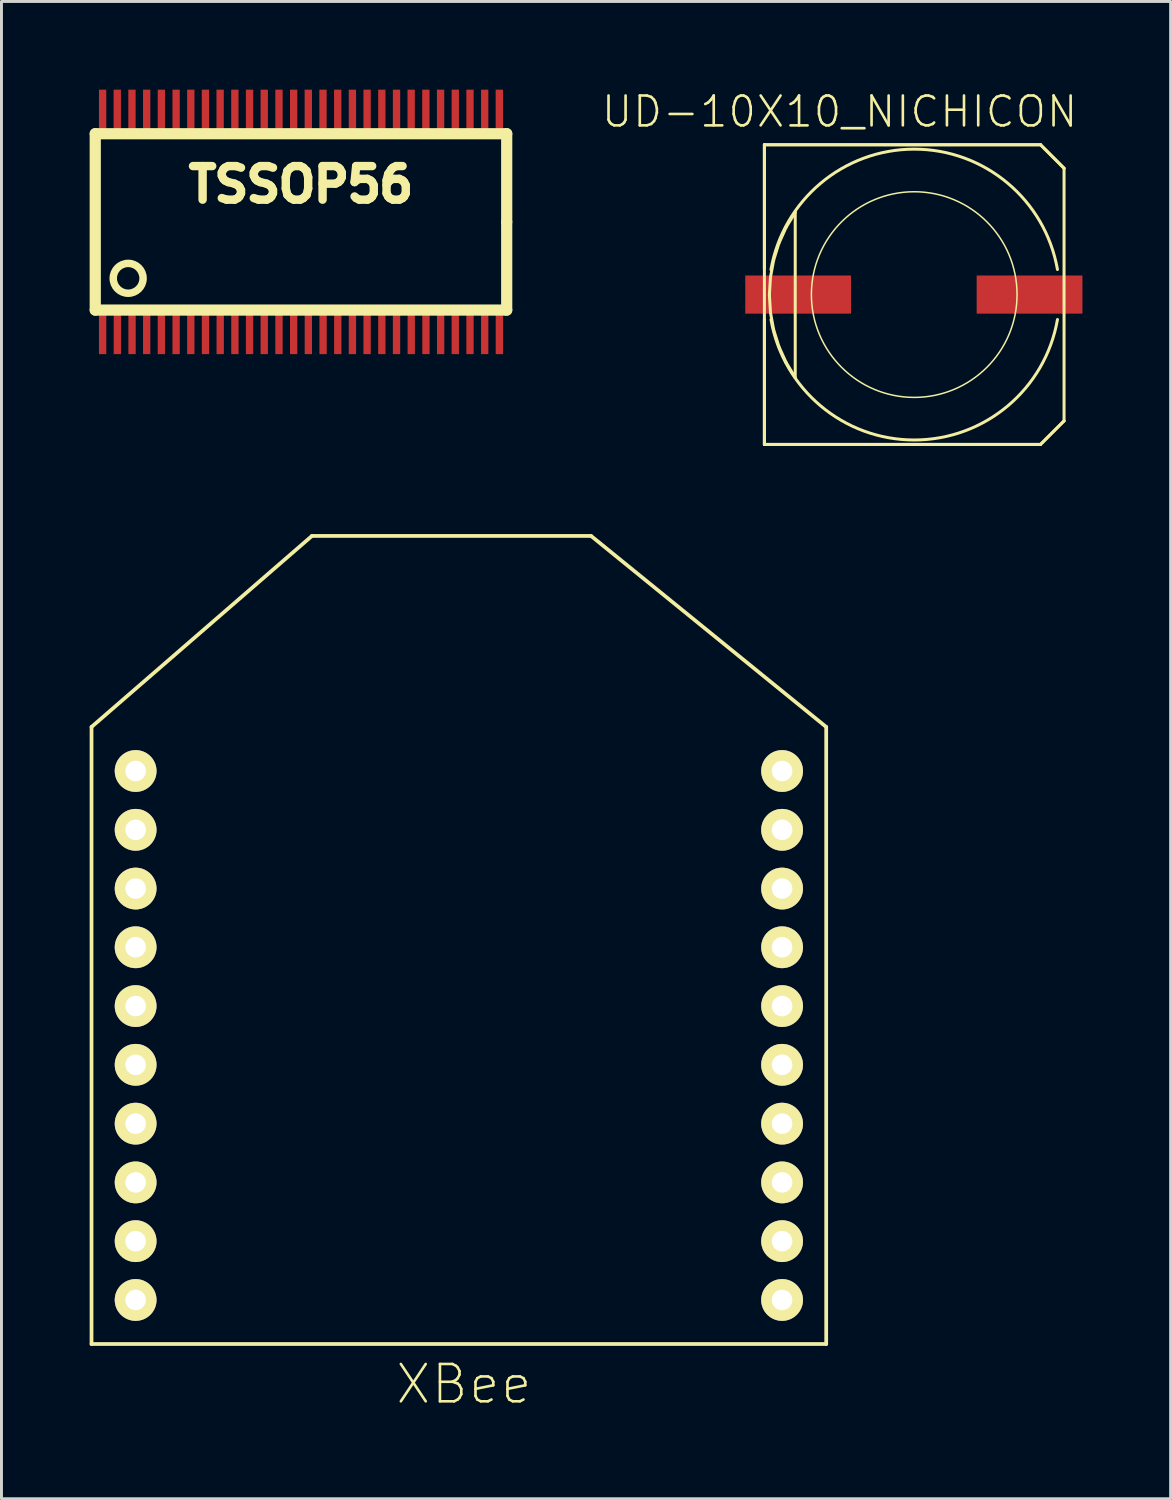
<source format=kicad_pcb>
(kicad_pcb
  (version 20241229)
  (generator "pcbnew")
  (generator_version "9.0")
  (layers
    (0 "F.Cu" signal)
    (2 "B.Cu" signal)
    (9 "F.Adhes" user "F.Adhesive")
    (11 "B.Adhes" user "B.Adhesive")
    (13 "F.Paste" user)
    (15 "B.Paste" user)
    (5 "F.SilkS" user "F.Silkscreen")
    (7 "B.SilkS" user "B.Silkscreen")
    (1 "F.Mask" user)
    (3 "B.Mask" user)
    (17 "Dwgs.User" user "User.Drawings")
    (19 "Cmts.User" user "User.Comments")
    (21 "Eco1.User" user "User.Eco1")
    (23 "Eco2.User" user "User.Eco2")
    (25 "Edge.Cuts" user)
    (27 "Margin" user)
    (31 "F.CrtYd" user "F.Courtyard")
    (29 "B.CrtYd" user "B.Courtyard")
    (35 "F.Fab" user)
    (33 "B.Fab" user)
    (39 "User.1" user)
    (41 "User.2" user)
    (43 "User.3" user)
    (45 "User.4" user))
  (footprint "UD-10X10_NICHICON"
    (layer "F.Cu")
    (at 28.057 6.973)
    (property "Reference" "UD-10X10_NICHICON" (at -2.54 -6.223 0) (layer "F.SilkS") (effects (font (size 1.016 1.016) (thickness 0.089))))
    (attr smd)
    (fp_line (start -5.098 -5.098) (end 4.298 -5.098) (stroke (width 0.102) (type solid)) (layer "F.SilkS"))
    (fp_line (start -5.098 -5.098) (end 4.298 -5.098) (stroke (width 0.102) (type solid)) (layer "F.SilkS"))
    (fp_line (start -5.098 -0.874) (end -5.098 -5.098) (stroke (width 0.102) (type solid)) (layer "F.SilkS"))
    (fp_line (start -5.098 5.098) (end -5.098 -5.098) (stroke (width 0.102) (type solid)) (layer "F.SilkS"))
    (fp_line (start -5.098 5.098) (end -5.098 0.848) (stroke (width 0.102) (type solid)) (layer "F.SilkS"))
    (fp_line (start -4.928 0.01) (end -4.892 0.607) (stroke (width 0.102) (type solid)) (layer "F.SilkS"))
    (fp_line (start -4.892 -0.584) (end -4.928 0.01) (stroke (width 0.102) (type solid)) (layer "F.SilkS"))
    (fp_line (start -4.892 0.607) (end -4.783 1.196) (stroke (width 0.102) (type solid)) (layer "F.SilkS"))
    (fp_line (start -4.783 -1.171) (end -4.892 -0.584) (stroke (width 0.102) (type solid)) (layer "F.SilkS"))
    (fp_line (start -4.783 1.196) (end -4.605 1.768) (stroke (width 0.102) (type solid)) (layer "F.SilkS"))
    (fp_line (start -4.605 -1.742) (end -4.783 -1.171) (stroke (width 0.102) (type solid)) (layer "F.SilkS"))
    (fp_line (start -4.605 1.768) (end -4.359 2.311) (stroke (width 0.102) (type solid)) (layer "F.SilkS"))
    (fp_line (start -4.359 -2.289) (end -4.605 -1.742) (stroke (width 0.102) (type solid)) (layer "F.SilkS"))
    (fp_line (start -4.359 2.311) (end -4.049 2.824) (stroke (width 0.102) (type solid)) (layer "F.SilkS"))
    (fp_line (start -4.049 -2.799) (end -4.359 -2.289) (stroke (width 0.102) (type solid)) (layer "F.SilkS"))
    (fp_line (start -4.049 2.824) (end -4.049 -2.799) (stroke (width 0.102) (type solid)) (layer "F.SilkS"))
    (fp_line (start 4.298 -5.098) (end 5.098 -4.298) (stroke (width 0.102) (type solid)) (layer "F.SilkS"))
    (fp_line (start 4.298 -5.098) (end 5.098 -4.298) (stroke (width 0.102) (type solid)) (layer "F.SilkS"))
    (fp_line (start 4.298 5.098) (end -5.098 5.098) (stroke (width 0.102) (type solid)) (layer "F.SilkS"))
    (fp_line (start 4.298 5.098) (end -5.098 5.098) (stroke (width 0.102) (type solid)) (layer "F.SilkS"))
    (fp_line (start 5.098 -4.298) (end 5.098 4.298) (stroke (width 0.102) (type solid)) (layer "F.SilkS"))
    (fp_line (start 5.098 4.298) (end 4.298 5.098) (stroke (width 0.102) (type solid)) (layer "F.SilkS"))
    (fp_line (start 5.098 4.298) (end 4.298 5.098) (stroke (width 0.102) (type solid)) (layer "F.SilkS"))
    (fp_arc (start -4.87426 -0.84836) (mid -0.0023 -4.947537) (end 4.873469 -0.852891) (stroke (width 0.1016) (type solid)) (layer "F.SilkS"))
    (fp_arc (start 4.87426 0.84836) (mid 0.0023 4.947537) (end -4.873469 0.852891) (stroke (width 0.1016) (type solid)) (layer "F.SilkS"))
    (fp_circle (center 0 0) (end -2.474 2.474) (stroke (width 0.051) (type solid)) (fill no) (layer "F.SilkS"))
    (pad "1" smd rect (at 3.924 0) (size 3.599 1.298) (layers "F.Cu" "F.Mask" "F.Paste"))
    (pad "2" smd rect (at -3.95 0) (size 3.599 1.298) (layers "F.Cu" "F.Mask" "F.Paste")))
  (footprint "TSSOP56"
    (layer "F.Cu")
    (at 7.191 4.5)
    (property "Reference" "TSSOP56" (at 0 -1.27 0) (layer "F.SilkS") (effects (font (size 1.143 1.143) (thickness 0.287))))
    (attr smd)
    (fp_line (start -7 -3) (end -7 3) (stroke (width 0.381) (type solid)) (layer "F.SilkS"))
    (fp_line (start -7 3) (end 7 3) (stroke (width 0.381) (type solid)) (layer "F.SilkS"))
    (fp_line (start 7 -3) (end -7 -3) (stroke (width 0.381) (type solid)) (layer "F.SilkS"))
    (fp_line (start 7 0) (end 7 -3) (stroke (width 0.381) (type solid)) (layer "F.SilkS"))
    (fp_line (start 7 3) (end 7 0) (stroke (width 0.381) (type solid)) (layer "F.SilkS"))
    (fp_circle (center -5.88 1.92) (end -5.88 1.412) (stroke (width 0.254) (type solid)) (fill no) (layer "F.SilkS"))
    (pad "1" smd rect (at -6.749 3.749) (size 0.249 1.501) (layers "F.Cu" "F.Mask" "F.Paste"))
    (pad "2" smd rect (at -6.248 3.749) (size 0.249 1.501) (layers "F.Cu" "F.Mask" "F.Paste"))
    (pad "3" smd rect (at -5.748 3.749) (size 0.249 1.501) (layers "F.Cu" "F.Mask" "F.Paste"))
    (pad "4" smd rect (at -5.25 3.749) (size 0.249 1.501) (layers "F.Cu" "F.Mask" "F.Paste"))
    (pad "5" smd rect (at -4.75 3.749) (size 0.249 1.501) (layers "F.Cu" "F.Mask" "F.Paste"))
    (pad "6" smd rect (at -4.249 3.749) (size 0.249 1.501) (layers "F.Cu" "F.Mask" "F.Paste"))
    (pad "7" smd rect (at -3.749 3.749) (size 0.249 1.501) (layers "F.Cu" "F.Mask" "F.Paste"))
    (pad "8" smd rect (at -3.249 3.749) (size 0.249 1.501) (layers "F.Cu" "F.Mask" "F.Paste"))
    (pad "9" smd rect (at -2.748 3.749) (size 0.249 1.501) (layers "F.Cu" "F.Mask" "F.Paste"))
    (pad "10" smd rect (at -2.248 3.749) (size 0.249 1.501) (layers "F.Cu" "F.Mask" "F.Paste"))
    (pad "11" smd rect (at -1.75 3.749) (size 0.249 1.501) (layers "F.Cu" "F.Mask" "F.Paste"))
    (pad "12" smd rect (at -1.25 3.749) (size 0.249 1.501) (layers "F.Cu" "F.Mask" "F.Paste"))
    (pad "13" smd rect (at -0.749 3.749) (size 0.249 1.501) (layers "F.Cu" "F.Mask" "F.Paste"))
    (pad "14" smd rect (at -0.249 3.749) (size 0.249 1.501) (layers "F.Cu" "F.Mask" "F.Paste"))
    (pad "15" smd rect (at 0.251 3.749) (size 0.249 1.501) (layers "F.Cu" "F.Mask" "F.Paste"))
    (pad "16" smd rect (at 0.752 3.749) (size 0.249 1.501) (layers "F.Cu" "F.Mask" "F.Paste"))
    (pad "17" smd rect (at 1.252 3.749) (size 0.249 1.501) (layers "F.Cu" "F.Mask" "F.Paste"))
    (pad "18" smd rect (at 1.75 3.749) (size 0.249 1.501) (layers "F.Cu" "F.Mask" "F.Paste"))
    (pad "19" smd rect (at 2.25 3.749) (size 0.249 1.501) (layers "F.Cu" "F.Mask" "F.Paste"))
    (pad "20" smd rect (at 2.751 3.749) (size 0.249 1.501) (layers "F.Cu" "F.Mask" "F.Paste"))
    (pad "21" smd rect (at 3.251 3.749) (size 0.249 1.501) (layers "F.Cu" "F.Mask" "F.Paste"))
    (pad "22" smd rect (at 3.752 3.749) (size 0.249 1.501) (layers "F.Cu" "F.Mask" "F.Paste"))
    (pad "23" smd rect (at 4.252 3.749) (size 0.249 1.501) (layers "F.Cu" "F.Mask" "F.Paste"))
    (pad "24" smd rect (at 4.752 3.749) (size 0.249 1.501) (layers "F.Cu" "F.Mask" "F.Paste"))
    (pad "25" smd rect (at 5.25 3.749) (size 0.249 1.501) (layers "F.Cu" "F.Mask" "F.Paste"))
    (pad "26" smd rect (at 5.751 3.749) (size 0.249 1.501) (layers "F.Cu" "F.Mask" "F.Paste"))
    (pad "27" smd rect (at 6.251 3.749) (size 0.249 1.501) (layers "F.Cu" "F.Mask" "F.Paste"))
    (pad "28" smd rect (at 6.751 3.749) (size 0.249 1.501) (layers "F.Cu" "F.Mask" "F.Paste"))
    (pad "29" smd rect (at 6.749 -3.749) (size 0.249 1.501) (layers "F.Cu" "F.Mask" "F.Paste"))
    (pad "30" smd rect (at 6.251 -3.749) (size 0.249 1.501) (layers "F.Cu" "F.Mask" "F.Paste"))
    (pad "31" smd rect (at 5.751 -3.749) (size 0.249 1.501) (layers "F.Cu" "F.Mask" "F.Paste"))
    (pad "32" smd rect (at 5.25 -3.749) (size 0.249 1.501) (layers "F.Cu" "F.Mask" "F.Paste"))
    (pad "33" smd rect (at 4.75 -3.749) (size 0.249 1.501) (layers "F.Cu" "F.Mask" "F.Paste"))
    (pad "34" smd rect (at 4.249 -3.749) (size 0.249 1.501) (layers "F.Cu" "F.Mask" "F.Paste"))
    (pad "35" smd rect (at 3.749 -3.749) (size 0.249 1.501) (layers "F.Cu" "F.Mask" "F.Paste"))
    (pad "36" smd rect (at 3.251 -3.749) (size 0.249 1.501) (layers "F.Cu" "F.Mask" "F.Paste"))
    (pad "37" smd rect (at 2.751 -3.749) (size 0.249 1.501) (layers "F.Cu" "F.Mask" "F.Paste"))
    (pad "38" smd rect (at 2.25 -3.749) (size 0.249 1.501) (layers "F.Cu" "F.Mask" "F.Paste"))
    (pad "39" smd rect (at 1.75 -3.749) (size 0.249 1.501) (layers "F.Cu" "F.Mask" "F.Paste"))
    (pad "40" smd rect (at 1.25 -3.749) (size 0.249 1.501) (layers "F.Cu" "F.Mask" "F.Paste"))
    (pad "41" smd rect (at 0.749 -3.749) (size 0.249 1.501) (layers "F.Cu" "F.Mask" "F.Paste"))
    (pad "42" smd rect (at 0.249 -3.749) (size 0.249 1.501) (layers "F.Cu" "F.Mask" "F.Paste"))
    (pad "43" smd rect (at -0.249 -3.749) (size 0.249 1.501) (layers "F.Cu" "F.Mask" "F.Paste"))
    (pad "44" smd rect (at -0.749 -3.749) (size 0.249 1.501) (layers "F.Cu" "F.Mask" "F.Paste"))
    (pad "45" smd rect (at -1.25 -3.749) (size 0.249 1.501) (layers "F.Cu" "F.Mask" "F.Paste"))
    (pad "46" smd rect (at -1.75 -3.749) (size 0.249 1.501) (layers "F.Cu" "F.Mask" "F.Paste"))
    (pad "47" smd rect (at -2.25 -3.749) (size 0.249 1.501) (layers "F.Cu" "F.Mask" "F.Paste"))
    (pad "48" smd rect (at -2.751 -3.749) (size 0.249 1.501) (layers "F.Cu" "F.Mask" "F.Paste"))
    (pad "49" smd rect (at -3.251 -3.749) (size 0.249 1.501) (layers "F.Cu" "F.Mask" "F.Paste"))
    (pad "50" smd rect (at -3.749 -3.749) (size 0.249 1.501) (layers "F.Cu" "F.Mask" "F.Paste"))
    (pad "51" smd rect (at -4.249 -3.749) (size 0.249 1.501) (layers "F.Cu" "F.Mask" "F.Paste"))
    (pad "52" smd rect (at -4.75 -3.749) (size 0.249 1.501) (layers "F.Cu" "F.Mask" "F.Paste"))
    (pad "53" smd rect (at -5.25 -3.749) (size 0.249 1.501) (layers "F.Cu" "F.Mask" "F.Paste"))
    (pad "54" smd rect (at -5.751 -3.749) (size 0.249 1.501) (layers "F.Cu" "F.Mask" "F.Paste"))
    (pad "55" smd rect (at -6.251 -3.749) (size 0.249 1.501) (layers "F.Cu" "F.Mask" "F.Paste"))
    (pad "56" smd rect (at -6.749 -3.749) (size 0.249 1.501) (layers "F.Cu" "F.Mask" "F.Paste")))
  (footprint "XBee"
    (layer "F.Cu")
    (at 12.563 28.683)
    (property "Reference" "XBee" (at 0.173 15.364 0) (layer "F.SilkS") (effects (font (size 1.27 1.27) (thickness 0.089))))
    (attr exclude_from_pos_files exclude_from_bom)
    (fp_line (start -12.499 -6.998) (end -12.499 13.998) (stroke (width 0.127) (type solid)) (layer "F.SilkS"))
    (fp_line (start -12.499 13.998) (end 12.499 13.998) (stroke (width 0.127) (type solid)) (layer "F.SilkS"))
    (fp_line (start -4.999 -13.498) (end -12.499 -6.998) (stroke (width 0.127) (type solid)) (layer "F.SilkS"))
    (fp_line (start 4.498 -13.498) (end -4.999 -13.498) (stroke (width 0.127) (type solid)) (layer "F.SilkS"))
    (fp_line (start 12.499 -6.998) (end 4.498 -13.498) (stroke (width 0.127) (type solid)) (layer "F.SilkS"))
    (fp_line (start 12.499 13.998) (end 12.499 -6.998) (stroke (width 0.127) (type solid)) (layer "F.SilkS"))
    (pad "1" thru_hole circle (at -10.998 -5.499) (size 1.422 1.422) (drill 0.699) (layers "*.Cu" "F.Mask" "F.SilkS" "F.Paste"))
    (pad "2" thru_hole circle (at -10.998 -3.498) (size 1.422 1.422) (drill 0.699) (layers "*.Cu" "F.Mask" "F.SilkS" "F.Paste"))
    (pad "3" thru_hole circle (at -10.998 -1.499) (size 1.422 1.422) (drill 0.699) (layers "*.Cu" "F.Mask" "F.SilkS" "F.Paste"))
    (pad "4" thru_hole circle (at -10.998 0.498) (size 1.422 1.422) (drill 0.699) (layers "*.Cu" "F.Mask" "F.SilkS" "F.Paste"))
    (pad "5" thru_hole circle (at -10.998 2.499) (size 1.422 1.422) (drill 0.699) (layers "*.Cu" "F.Mask" "F.SilkS" "F.Paste"))
    (pad "6" thru_hole circle (at -10.998 4.498) (size 1.422 1.422) (drill 0.699) (layers "*.Cu" "F.Mask" "F.SilkS" "F.Paste"))
    (pad "7" thru_hole circle (at -10.998 6.5) (size 1.422 1.422) (drill 0.699) (layers "*.Cu" "F.Mask" "F.SilkS" "F.Paste"))
    (pad "8" thru_hole circle (at -10.998 8.499) (size 1.422 1.422) (drill 0.699) (layers "*.Cu" "F.Mask" "F.SilkS" "F.Paste"))
    (pad "9" thru_hole circle (at -10.998 10.498) (size 1.422 1.422) (drill 0.699) (layers "*.Cu" "F.Mask" "F.SilkS" "F.Paste"))
    (pad "10" thru_hole circle (at -10.998 12.499) (size 1.422 1.422) (drill 0.699) (layers "*.Cu" "F.Mask" "F.SilkS" "F.Paste"))
    (pad "11" thru_hole circle (at 10.998 12.499) (size 1.422 1.422) (drill 0.699) (layers "*.Cu" "F.Mask" "F.SilkS" "F.Paste"))
    (pad "12" thru_hole circle (at 10.998 10.498) (size 1.422 1.422) (drill 0.699) (layers "*.Cu" "F.Mask" "F.SilkS" "F.Paste"))
    (pad "13" thru_hole circle (at 10.998 8.499) (size 1.422 1.422) (drill 0.699) (layers "*.Cu" "F.Mask" "F.SilkS" "F.Paste"))
    (pad "14" thru_hole circle (at 10.998 6.5) (size 1.422 1.422) (drill 0.699) (layers "*.Cu" "F.Mask" "F.SilkS" "F.Paste"))
    (pad "15" thru_hole circle (at 10.998 4.498) (size 1.422 1.422) (drill 0.699) (layers "*.Cu" "F.Mask" "F.SilkS" "F.Paste"))
    (pad "16" thru_hole circle (at 10.998 2.499) (size 1.422 1.422) (drill 0.699) (layers "*.Cu" "F.Mask" "F.SilkS" "F.Paste"))
    (pad "17" thru_hole circle (at 10.998 0.498) (size 1.422 1.422) (drill 0.699) (layers "*.Cu" "F.Mask" "F.SilkS" "F.Paste"))
    (pad "18" thru_hole circle (at 10.998 -1.499) (size 1.422 1.422) (drill 0.699) (layers "*.Cu" "F.Mask" "F.SilkS" "F.Paste"))
    (pad "19" thru_hole circle (at 10.998 -3.498) (size 1.422 1.422) (drill 0.699) (layers "*.Cu" "F.Mask" "F.SilkS" "F.Paste"))
    (pad "20" thru_hole circle (at 10.998 -5.499) (size 1.422 1.422) (drill 0.699) (layers "*.Cu" "F.Mask" "F.SilkS" "F.Paste")))
  (gr_rect
    (start -3 -3)
    (end 36.781 47.946)
    (stroke (width 0.1) (type default))
    (fill no)
    (layer "Edge.Cuts")))
</source>
